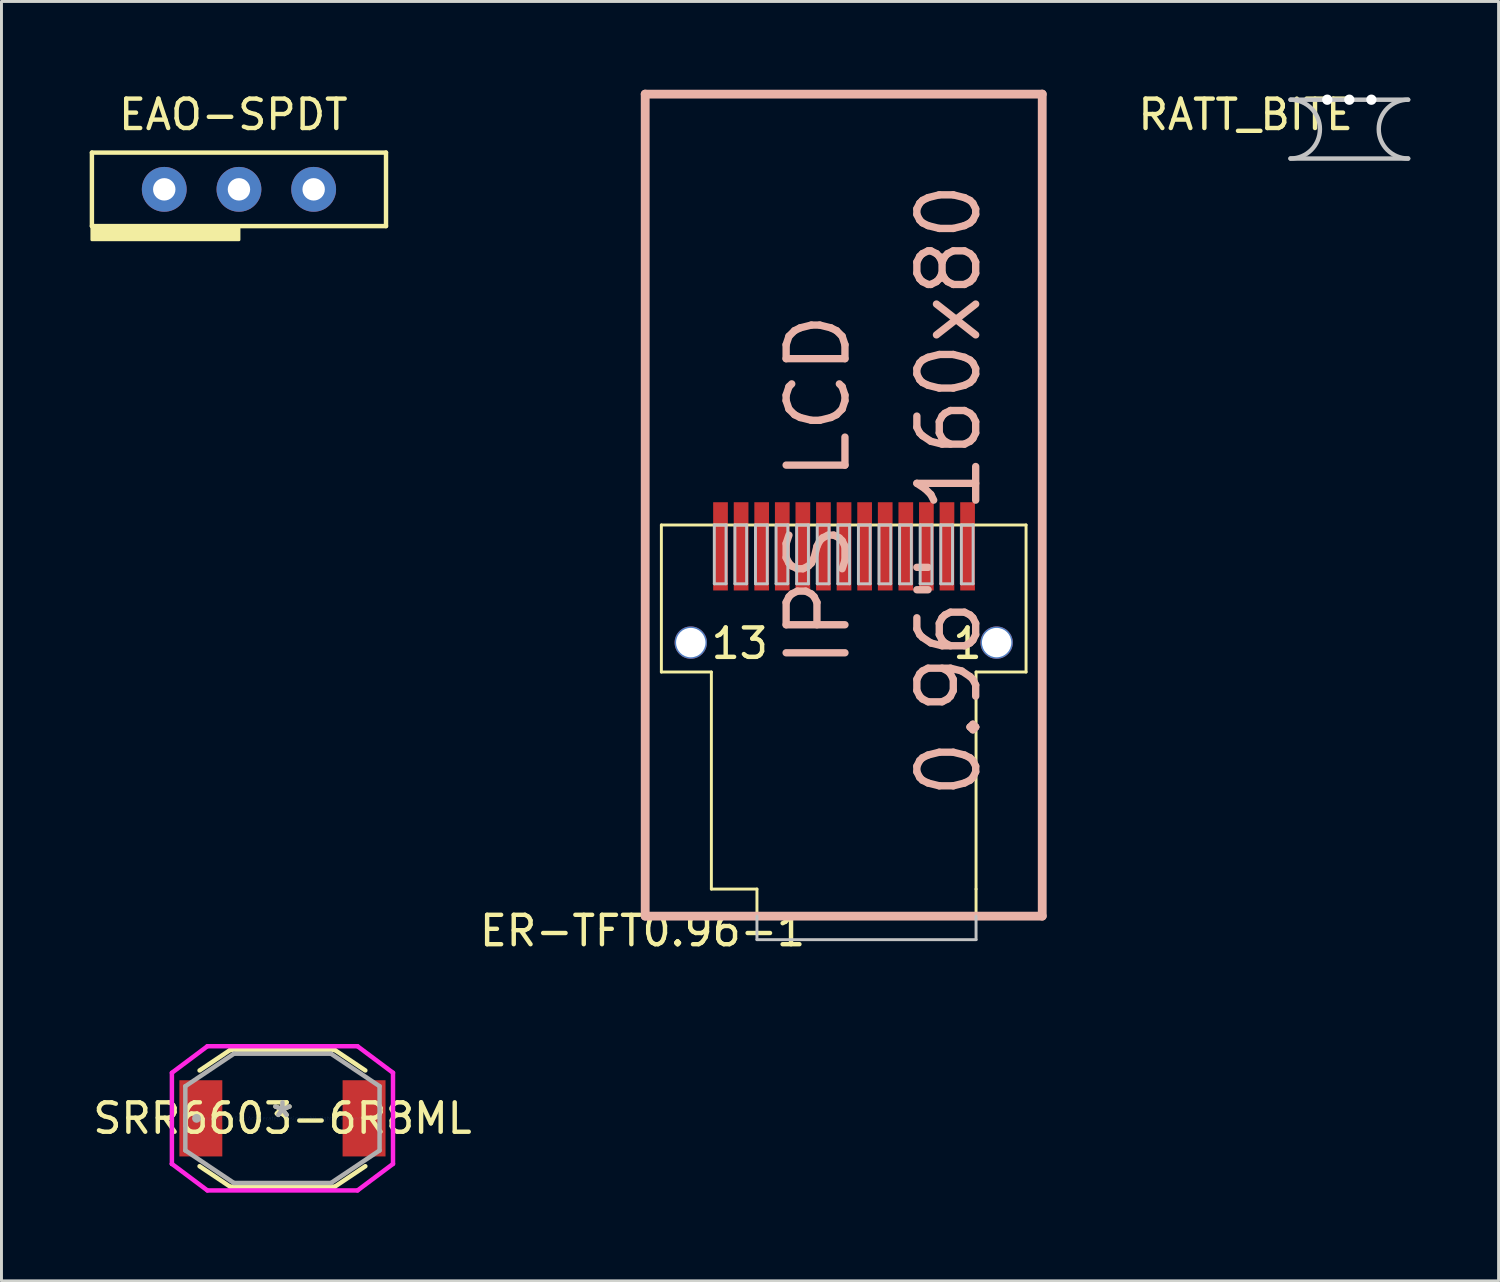
<source format=kicad_pcb>
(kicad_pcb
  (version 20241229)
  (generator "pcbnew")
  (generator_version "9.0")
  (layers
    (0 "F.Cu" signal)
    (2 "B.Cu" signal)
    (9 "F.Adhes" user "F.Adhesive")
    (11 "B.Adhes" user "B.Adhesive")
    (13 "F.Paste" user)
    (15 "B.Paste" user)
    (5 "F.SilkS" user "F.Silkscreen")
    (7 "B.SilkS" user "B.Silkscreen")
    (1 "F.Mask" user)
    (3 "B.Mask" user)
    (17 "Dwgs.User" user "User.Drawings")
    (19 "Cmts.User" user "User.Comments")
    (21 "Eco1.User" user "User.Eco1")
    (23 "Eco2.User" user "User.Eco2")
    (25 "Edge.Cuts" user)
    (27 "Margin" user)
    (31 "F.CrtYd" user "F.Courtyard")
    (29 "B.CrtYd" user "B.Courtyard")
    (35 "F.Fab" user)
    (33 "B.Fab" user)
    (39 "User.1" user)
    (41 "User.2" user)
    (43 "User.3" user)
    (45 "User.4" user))
  (footprint "EAO-SPDT"
    (layer "F.Cu")
    (at 5.075 3.388)
    (property "Reference" "EAO-SPDT" (at -0.191 -2.54 0) (layer "F.SilkS") (effects (font (size 1 1) (thickness 0.15))))
    (attr through_hole)
    (fp_line (start -5 -1.25) (end -5 1.25) (stroke (width 0.15) (type solid)) (layer "F.SilkS"))
    (fp_line (start -5 -1.25) (end 5 -1.25) (stroke (width 0.15) (type solid)) (layer "F.SilkS"))
    (fp_line (start -5 1.25) (end 5 1.25) (stroke (width 0.15) (type solid)) (layer "F.SilkS"))
    (fp_line (start 5 1.25) (end 5 -1.25) (stroke (width 0.15) (type solid)) (layer "F.SilkS"))
    (fp_poly (pts (xy 0 1.714) (xy -5 1.714) (xy -5 1.25) (xy 0 1.25)) (stroke (width 0.1) (type solid)) (fill yes) (layer "F.SilkS"))
    (pad "1" thru_hole circle (at -2.54 0) (size 1.524 1.524) (drill 0.762) (layers "*.Cu" "*.Mask"))
    (pad "2" thru_hole circle (at 0 0) (size 1.524 1.524) (drill 0.762) (layers "*.Cu" "*.Mask"))
    (pad "3" thru_hole circle (at 2.54 0) (size 1.524 1.524) (drill 0.762) (layers "*.Cu" "*.Mask")))
  (footprint "RATT_BITE"
    (layer "F.Cu")
    (at 40.83 0.34)
    (property "Reference" "RATT_BITE" (at -1.524 0.508 0) (layer "F.SilkS") (effects (font (size 1 1) (thickness 0.15))))
    (attr through_hole)
    (fp_line (start 0 0) (end 4 0) (stroke (width 0.15) (type solid)) (layer "Dwgs.User"))
    (fp_line (start 0 2) (end 4 2) (stroke (width 0.15) (type solid)) (layer "Dwgs.User"))
    (fp_arc (start 0 0) (mid 1 1) (end 0 2) (stroke (width 0.15) (type solid)) (layer "Dwgs.User"))
    (fp_arc (start 4 2) (mid 3 1) (end 4 0) (stroke (width 0.15) (type solid)) (layer "Dwgs.User"))
    (pad "" np_thru_hole circle (at 1.25 0) (size 0.35 0.35) (drill 0.35) (layers "*.Cu" "*.Mask"))
    (pad "" np_thru_hole circle (at 2 0) (size 0.35 0.35) (drill 0.35) (layers "*.Cu" "*.Mask"))
    (pad "" np_thru_hole circle (at 2.75 0) (size 0.35 0.35) (drill 0.35) (layers "*.Cu" "*.Mask")))
  (footprint "ER-TFT0.96-1"
    (layer "F.Cu")
    (at 18.799 28.1)
    (property "Reference" "ER-TFT0.96-1" (at 0 0.5 0) (layer "F.SilkS") (effects (font (size 1 1) (thickness 0.15))))
    (attr through_hole)
    (fp_line (start 0.639 -13.3) (end 0.639 -8.3) (stroke (width 0.1) (type solid)) (layer "F.SilkS"))
    (fp_line (start 0.639 -13.3) (end 13.039 -13.3) (stroke (width 0.1) (type solid)) (layer "F.SilkS"))
    (fp_line (start 0.639 -8.3) (end 2.339 -8.3) (stroke (width 0.1) (type solid)) (layer "F.SilkS"))
    (fp_line (start 2.339 -8.3) (end 2.339 -0.92) (stroke (width 0.1) (type solid)) (layer "F.SilkS"))
    (fp_line (start 2.339 -0.92) (end 3.889 -0.92) (stroke (width 0.1) (type solid)) (layer "F.SilkS"))
    (fp_line (start 3.889 -0.92) (end 3.889 0) (stroke (width 0.1) (type solid)) (layer "F.SilkS"))
    (fp_line (start 11.339 -8.3) (end 11.339 -0.92) (stroke (width 0.1) (type solid)) (layer "F.SilkS"))
    (fp_line (start 11.339 -0.92) (end 11.339 0) (stroke (width 0.1) (type solid)) (layer "F.SilkS"))
    (fp_line (start 13.039 -13.3) (end 13.039 -8.3) (stroke (width 0.1) (type solid)) (layer "F.SilkS"))
    (fp_line (start 13.039 -8.3) (end 11.339 -8.3) (stroke (width 0.1) (type solid)) (layer "F.SilkS"))
    (fp_line (start 0.089 -27.95) (end 13.589 -27.95) (stroke (width 0.3) (type solid)) (layer "B.SilkS"))
    (fp_line (start 0.089 0) (end 0.089 -27.95) (stroke (width 0.3) (type solid)) (layer "B.SilkS"))
    (fp_line (start 13.589 -27.95) (end 13.589 0) (stroke (width 0.3) (type solid)) (layer "B.SilkS"))
    (fp_line (start 13.589 0) (end 0.089 0) (stroke (width 0.3) (type solid)) (layer "B.SilkS"))
    (fp_line (start 2.439 -13.3) (end 2.839 -13.3) (stroke (width 0.1) (type solid)) (layer "Dwgs.User"))
    (fp_line (start 2.439 -11.3) (end 2.439 -13.3) (stroke (width 0.1) (type solid)) (layer "Dwgs.User"))
    (fp_line (start 2.839 -13.3) (end 2.839 -11.3) (stroke (width 0.1) (type solid)) (layer "Dwgs.User"))
    (fp_line (start 2.839 -11.3) (end 2.439 -11.3) (stroke (width 0.1) (type solid)) (layer "Dwgs.User"))
    (fp_line (start 3.139 -13.3) (end 3.539 -13.3) (stroke (width 0.1) (type solid)) (layer "Dwgs.User"))
    (fp_line (start 3.139 -11.3) (end 3.139 -13.3) (stroke (width 0.1) (type solid)) (layer "Dwgs.User"))
    (fp_line (start 3.539 -13.3) (end 3.539 -11.3) (stroke (width 0.1) (type solid)) (layer "Dwgs.User"))
    (fp_line (start 3.539 -11.3) (end 3.139 -11.3) (stroke (width 0.1) (type solid)) (layer "Dwgs.User"))
    (fp_line (start 3.839 -13.3) (end 4.239 -13.3) (stroke (width 0.1) (type solid)) (layer "Dwgs.User"))
    (fp_line (start 3.839 -11.3) (end 3.839 -13.3) (stroke (width 0.1) (type solid)) (layer "Dwgs.User"))
    (fp_line (start 3.889 0) (end 3.889 0.8) (stroke (width 0.1) (type solid)) (layer "Dwgs.User"))
    (fp_line (start 3.889 0.8) (end 11.339 0.8) (stroke (width 0.1) (type solid)) (layer "Dwgs.User"))
    (fp_line (start 4.239 -13.3) (end 4.239 -11.3) (stroke (width 0.1) (type solid)) (layer "Dwgs.User"))
    (fp_line (start 4.239 -11.3) (end 3.839 -11.3) (stroke (width 0.1) (type solid)) (layer "Dwgs.User"))
    (fp_line (start 4.539 -13.3) (end 4.939 -13.3) (stroke (width 0.1) (type solid)) (layer "Dwgs.User"))
    (fp_line (start 4.539 -11.3) (end 4.539 -13.3) (stroke (width 0.1) (type solid)) (layer "Dwgs.User"))
    (fp_line (start 4.939 -13.3) (end 4.939 -11.3) (stroke (width 0.1) (type solid)) (layer "Dwgs.User"))
    (fp_line (start 4.939 -11.3) (end 4.539 -11.3) (stroke (width 0.1) (type solid)) (layer "Dwgs.User"))
    (fp_line (start 5.239 -13.3) (end 5.639 -13.3) (stroke (width 0.1) (type solid)) (layer "Dwgs.User"))
    (fp_line (start 5.239 -11.3) (end 5.239 -13.3) (stroke (width 0.1) (type solid)) (layer "Dwgs.User"))
    (fp_line (start 5.639 -13.3) (end 5.639 -11.3) (stroke (width 0.1) (type solid)) (layer "Dwgs.User"))
    (fp_line (start 5.639 -11.3) (end 5.239 -11.3) (stroke (width 0.1) (type solid)) (layer "Dwgs.User"))
    (fp_line (start 5.939 -13.3) (end 6.339 -13.3) (stroke (width 0.1) (type solid)) (layer "Dwgs.User"))
    (fp_line (start 5.939 -11.3) (end 5.939 -13.3) (stroke (width 0.1) (type solid)) (layer "Dwgs.User"))
    (fp_line (start 6.339 -13.3) (end 6.339 -11.3) (stroke (width 0.1) (type solid)) (layer "Dwgs.User"))
    (fp_line (start 6.339 -11.3) (end 5.939 -11.3) (stroke (width 0.1) (type solid)) (layer "Dwgs.User"))
    (fp_line (start 6.639 -13.3) (end 6.639 -11.3) (stroke (width 0.1) (type solid)) (layer "Dwgs.User"))
    (fp_line (start 6.639 -11.3) (end 7.039 -11.3) (stroke (width 0.1) (type solid)) (layer "Dwgs.User"))
    (fp_line (start 7.039 -13.3) (end 6.639 -13.3) (stroke (width 0.1) (type solid)) (layer "Dwgs.User"))
    (fp_line (start 7.039 -11.3) (end 7.039 -13.3) (stroke (width 0.1) (type solid)) (layer "Dwgs.User"))
    (fp_line (start 7.339 -13.3) (end 7.739 -13.3) (stroke (width 0.1) (type solid)) (layer "Dwgs.User"))
    (fp_line (start 7.339 -11.3) (end 7.339 -13.3) (stroke (width 0.1) (type solid)) (layer "Dwgs.User"))
    (fp_line (start 7.739 -13.3) (end 7.739 -11.3) (stroke (width 0.1) (type solid)) (layer "Dwgs.User"))
    (fp_line (start 7.739 -11.3) (end 7.339 -11.3) (stroke (width 0.1) (type solid)) (layer "Dwgs.User"))
    (fp_line (start 8.039 -13.3) (end 8.439 -13.3) (stroke (width 0.1) (type solid)) (layer "Dwgs.User"))
    (fp_line (start 8.039 -11.3) (end 8.039 -13.3) (stroke (width 0.1) (type solid)) (layer "Dwgs.User"))
    (fp_line (start 8.439 -13.3) (end 8.439 -11.3) (stroke (width 0.1) (type solid)) (layer "Dwgs.User"))
    (fp_line (start 8.439 -11.3) (end 8.039 -11.3) (stroke (width 0.1) (type solid)) (layer "Dwgs.User"))
    (fp_line (start 8.739 -13.3) (end 9.139 -13.3) (stroke (width 0.1) (type solid)) (layer "Dwgs.User"))
    (fp_line (start 8.739 -11.3) (end 8.739 -13.3) (stroke (width 0.1) (type solid)) (layer "Dwgs.User"))
    (fp_line (start 9.139 -13.3) (end 9.139 -11.3) (stroke (width 0.1) (type solid)) (layer "Dwgs.User"))
    (fp_line (start 9.139 -11.3) (end 8.739 -11.3) (stroke (width 0.1) (type solid)) (layer "Dwgs.User"))
    (fp_line (start 9.439 -13.3) (end 9.839 -13.3) (stroke (width 0.1) (type solid)) (layer "Dwgs.User"))
    (fp_line (start 9.439 -11.3) (end 9.439 -13.3) (stroke (width 0.1) (type solid)) (layer "Dwgs.User"))
    (fp_line (start 9.839 -13.3) (end 9.839 -11.3) (stroke (width 0.1) (type solid)) (layer "Dwgs.User"))
    (fp_line (start 9.839 -11.3) (end 9.439 -11.3) (stroke (width 0.1) (type solid)) (layer "Dwgs.User"))
    (fp_line (start 10.139 -13.3) (end 10.539 -13.3) (stroke (width 0.1) (type solid)) (layer "Dwgs.User"))
    (fp_line (start 10.139 -11.3) (end 10.139 -13.3) (stroke (width 0.1) (type solid)) (layer "Dwgs.User"))
    (fp_line (start 10.539 -13.3) (end 10.539 -11.3) (stroke (width 0.1) (type solid)) (layer "Dwgs.User"))
    (fp_line (start 10.539 -11.3) (end 10.139 -11.3) (stroke (width 0.1) (type solid)) (layer "Dwgs.User"))
    (fp_line (start 10.839 -13.3) (end 11.239 -13.3) (stroke (width 0.1) (type solid)) (layer "Dwgs.User"))
    (fp_line (start 10.839 -11.3) (end 10.839 -13.3) (stroke (width 0.1) (type solid)) (layer "Dwgs.User"))
    (fp_line (start 11.239 -13.3) (end 11.239 -11.3) (stroke (width 0.1) (type solid)) (layer "Dwgs.User"))
    (fp_line (start 11.239 -11.3) (end 10.839 -11.3) (stroke (width 0.1) (type solid)) (layer "Dwgs.User"))
    (fp_line (start 11.339 0.8) (end 11.339 0) (stroke (width 0.1) (type solid)) (layer "Dwgs.User"))
    (fp_circle (center 1.639 -9.3) (end 1.889 -9.3) (stroke (width 0.1) (type solid)) (fill no) (layer "Dwgs.User"))
    (fp_circle (center 12.039 -9.3) (end 12.289 -9.3) (stroke (width 0.1) (type solid)) (fill no) (layer "Dwgs.User"))
    (fp_text user "1" (at 11.049 -9.271 0) (layer "F.SilkS") (effects (font (size 1 1) (thickness 0.15))))
    (fp_text user "13" (at 3.302 -9.271 0) (layer "F.SilkS") (effects (font (size 1 1) (thickness 0.15))))
    (fp_text user "0.96\" 160x80" (at 10.414 -14.478 270) (layer "B.SilkS") (effects (font (size 2 2) (thickness 0.25))))
    (fp_text user "IPS LCD" (at 5.969 -14.478 270) (layer "B.SilkS") (effects (font (size 2 2) (thickness 0.25))))
    (pad "" thru_hole circle (at 1.639 -9.3) (size 1.1 1.1) (drill 1) (layers "F.Cu"))
    (pad "" thru_hole circle (at 12.039 -9.3) (size 1.1 1.1) (drill 1) (layers "F.Cu"))
    (pad "1" smd rect (at 2.65 -12.573) (size 0.5 3) (layers "F.Cu" "F.Mask" "F.Paste"))
    (pad "2" smd rect (at 3.35 -12.573) (size 0.5 3) (layers "F.Cu" "F.Mask" "F.Paste"))
    (pad "3" smd rect (at 4.05 -12.573) (size 0.5 3) (layers "F.Cu" "F.Mask" "F.Paste"))
    (pad "4" smd rect (at 4.75 -12.573) (size 0.5 3) (layers "F.Cu" "F.Mask" "F.Paste"))
    (pad "5" smd rect (at 5.45 -12.573) (size 0.5 3) (layers "F.Cu" "F.Mask" "F.Paste"))
    (pad "6" smd rect (at 6.15 -12.573) (size 0.5 3) (layers "F.Cu" "F.Mask" "F.Paste"))
    (pad "7" smd rect (at 6.85 -12.573) (size 0.5 3) (layers "F.Cu" "F.Mask" "F.Paste"))
    (pad "8" smd rect (at 7.55 -12.573) (size 0.5 3) (layers "F.Cu" "F.Mask" "F.Paste"))
    (pad "9" smd rect (at 8.25 -12.573) (size 0.5 3) (layers "F.Cu" "F.Mask" "F.Paste"))
    (pad "10" smd rect (at 8.95 -12.573) (size 0.5 3) (layers "F.Cu" "F.Mask" "F.Paste"))
    (pad "11" smd rect (at 9.65 -12.573) (size 0.5 3) (layers "F.Cu" "F.Mask" "F.Paste"))
    (pad "12" smd rect (at 10.35 -12.573) (size 0.5 3) (layers "F.Cu" "F.Mask" "F.Paste"))
    (pad "13" smd rect (at 11.05 -12.573) (size 0.5 3) (layers "F.Cu" "F.Mask" "F.Paste")))
  (footprint "SRR6603-6R8ML"
    (layer "F.Cu")
    (at 6.554 34.976)
    (property "Reference" "SRR6603-6R8ML" (at 0 0 0) (layer "F.SilkS") (effects (font (size 1 1) (thickness 0.15))))
    (attr through_hole)
    (fp_line (start -2.818 -1.628) (end -1.778 -2.324) (stroke (width 0.152) (type solid)) (layer "F.SilkS"))
    (fp_line (start -1.778 -2.324) (end 1.778 -2.324) (stroke (width 0.152) (type solid)) (layer "F.SilkS"))
    (fp_line (start -1.778 2.324) (end -2.818 1.628) (stroke (width 0.152) (type solid)) (layer "F.SilkS"))
    (fp_line (start 1.778 -2.324) (end 2.818 -1.628) (stroke (width 0.152) (type solid)) (layer "F.SilkS"))
    (fp_line (start 1.778 2.324) (end -1.778 2.324) (stroke (width 0.152) (type solid)) (layer "F.SilkS"))
    (fp_line (start 2.818 1.628) (end 1.778 2.324) (stroke (width 0.152) (type solid)) (layer "F.SilkS"))
    (fp_line (start -3.759 -1.549) (end -2.553 -2.451) (stroke (width 0.152) (type solid)) (layer "F.CrtYd"))
    (fp_line (start -3.759 1.549) (end -3.759 -1.549) (stroke (width 0.152) (type solid)) (layer "F.CrtYd"))
    (fp_line (start -3.759 1.549) (end -3.759 1.549) (stroke (width 0.152) (type solid)) (layer "F.CrtYd"))
    (fp_line (start -2.553 -2.451) (end 2.553 -2.451) (stroke (width 0.152) (type solid)) (layer "F.CrtYd"))
    (fp_line (start -2.553 2.451) (end -3.759 1.549) (stroke (width 0.152) (type solid)) (layer "F.CrtYd"))
    (fp_line (start 2.553 -2.451) (end 3.759 -1.549) (stroke (width 0.152) (type solid)) (layer "F.CrtYd"))
    (fp_line (start 2.553 2.451) (end -2.553 2.451) (stroke (width 0.152) (type solid)) (layer "F.CrtYd"))
    (fp_line (start 3.759 -1.549) (end 3.759 1.549) (stroke (width 0.152) (type solid)) (layer "F.CrtYd"))
    (fp_line (start 3.759 1.549) (end 2.553 2.451) (stroke (width 0.152) (type solid)) (layer "F.CrtYd"))
    (fp_line (start -3.302 -1.092) (end -1.651 -2.197) (stroke (width 0.152) (type solid)) (layer "F.Fab"))
    (fp_line (start -3.302 1.092) (end -3.302 -1.092) (stroke (width 0.152) (type solid)) (layer "F.Fab"))
    (fp_line (start -1.651 -2.197) (end 1.651 -2.197) (stroke (width 0.152) (type solid)) (layer "F.Fab"))
    (fp_line (start -1.651 2.197) (end -3.302 1.092) (stroke (width 0.152) (type solid)) (layer "F.Fab"))
    (fp_line (start 1.651 -2.197) (end 3.302 -1.092) (stroke (width 0.152) (type solid)) (layer "F.Fab"))
    (fp_line (start 1.651 2.197) (end -1.651 2.197) (stroke (width 0.152) (type solid)) (layer "F.Fab"))
    (fp_line (start 3.302 -1.092) (end 3.302 1.092) (stroke (width 0.152) (type solid)) (layer "F.Fab"))
    (fp_line (start 3.302 1.092) (end 1.651 2.197) (stroke (width 0.152) (type solid)) (layer "F.Fab"))
    (fp_circle (center -2.921 0) (end -2.921 0) (stroke (width 0.152) (type solid)) (fill no) (layer "F.Fab"))
    (fp_text user "*" (at 0 0 0) (layer "F.SilkS") (effects (font (size 1 1) (thickness 0.15))))
    (fp_text user "Copyright 2016 Accelerated Designs. All rights reserved." (at 0 0 0) (layer "Cmts.User") (effects (font (size 0.127 0.127) (thickness 0.002))))
    (fp_text user "*" (at 0 0 0) (layer "F.Fab") (effects (font (size 1 1) (thickness 0.15))))
    (pad "1" smd rect (at -2.775 0) (size 1.46 2.591) (layers "F.Cu" "F.Mask" "F.Paste"))
    (pad "2" smd rect (at 2.775 0) (size 1.46 2.591) (layers "F.Cu" "F.Mask" "F.Paste")))
  (gr_rect
    (start -3 -3)
    (end 47.905 40.503)
    (stroke (width 0.1) (type default))
    (fill no)
    (layer "Edge.Cuts")))
</source>
